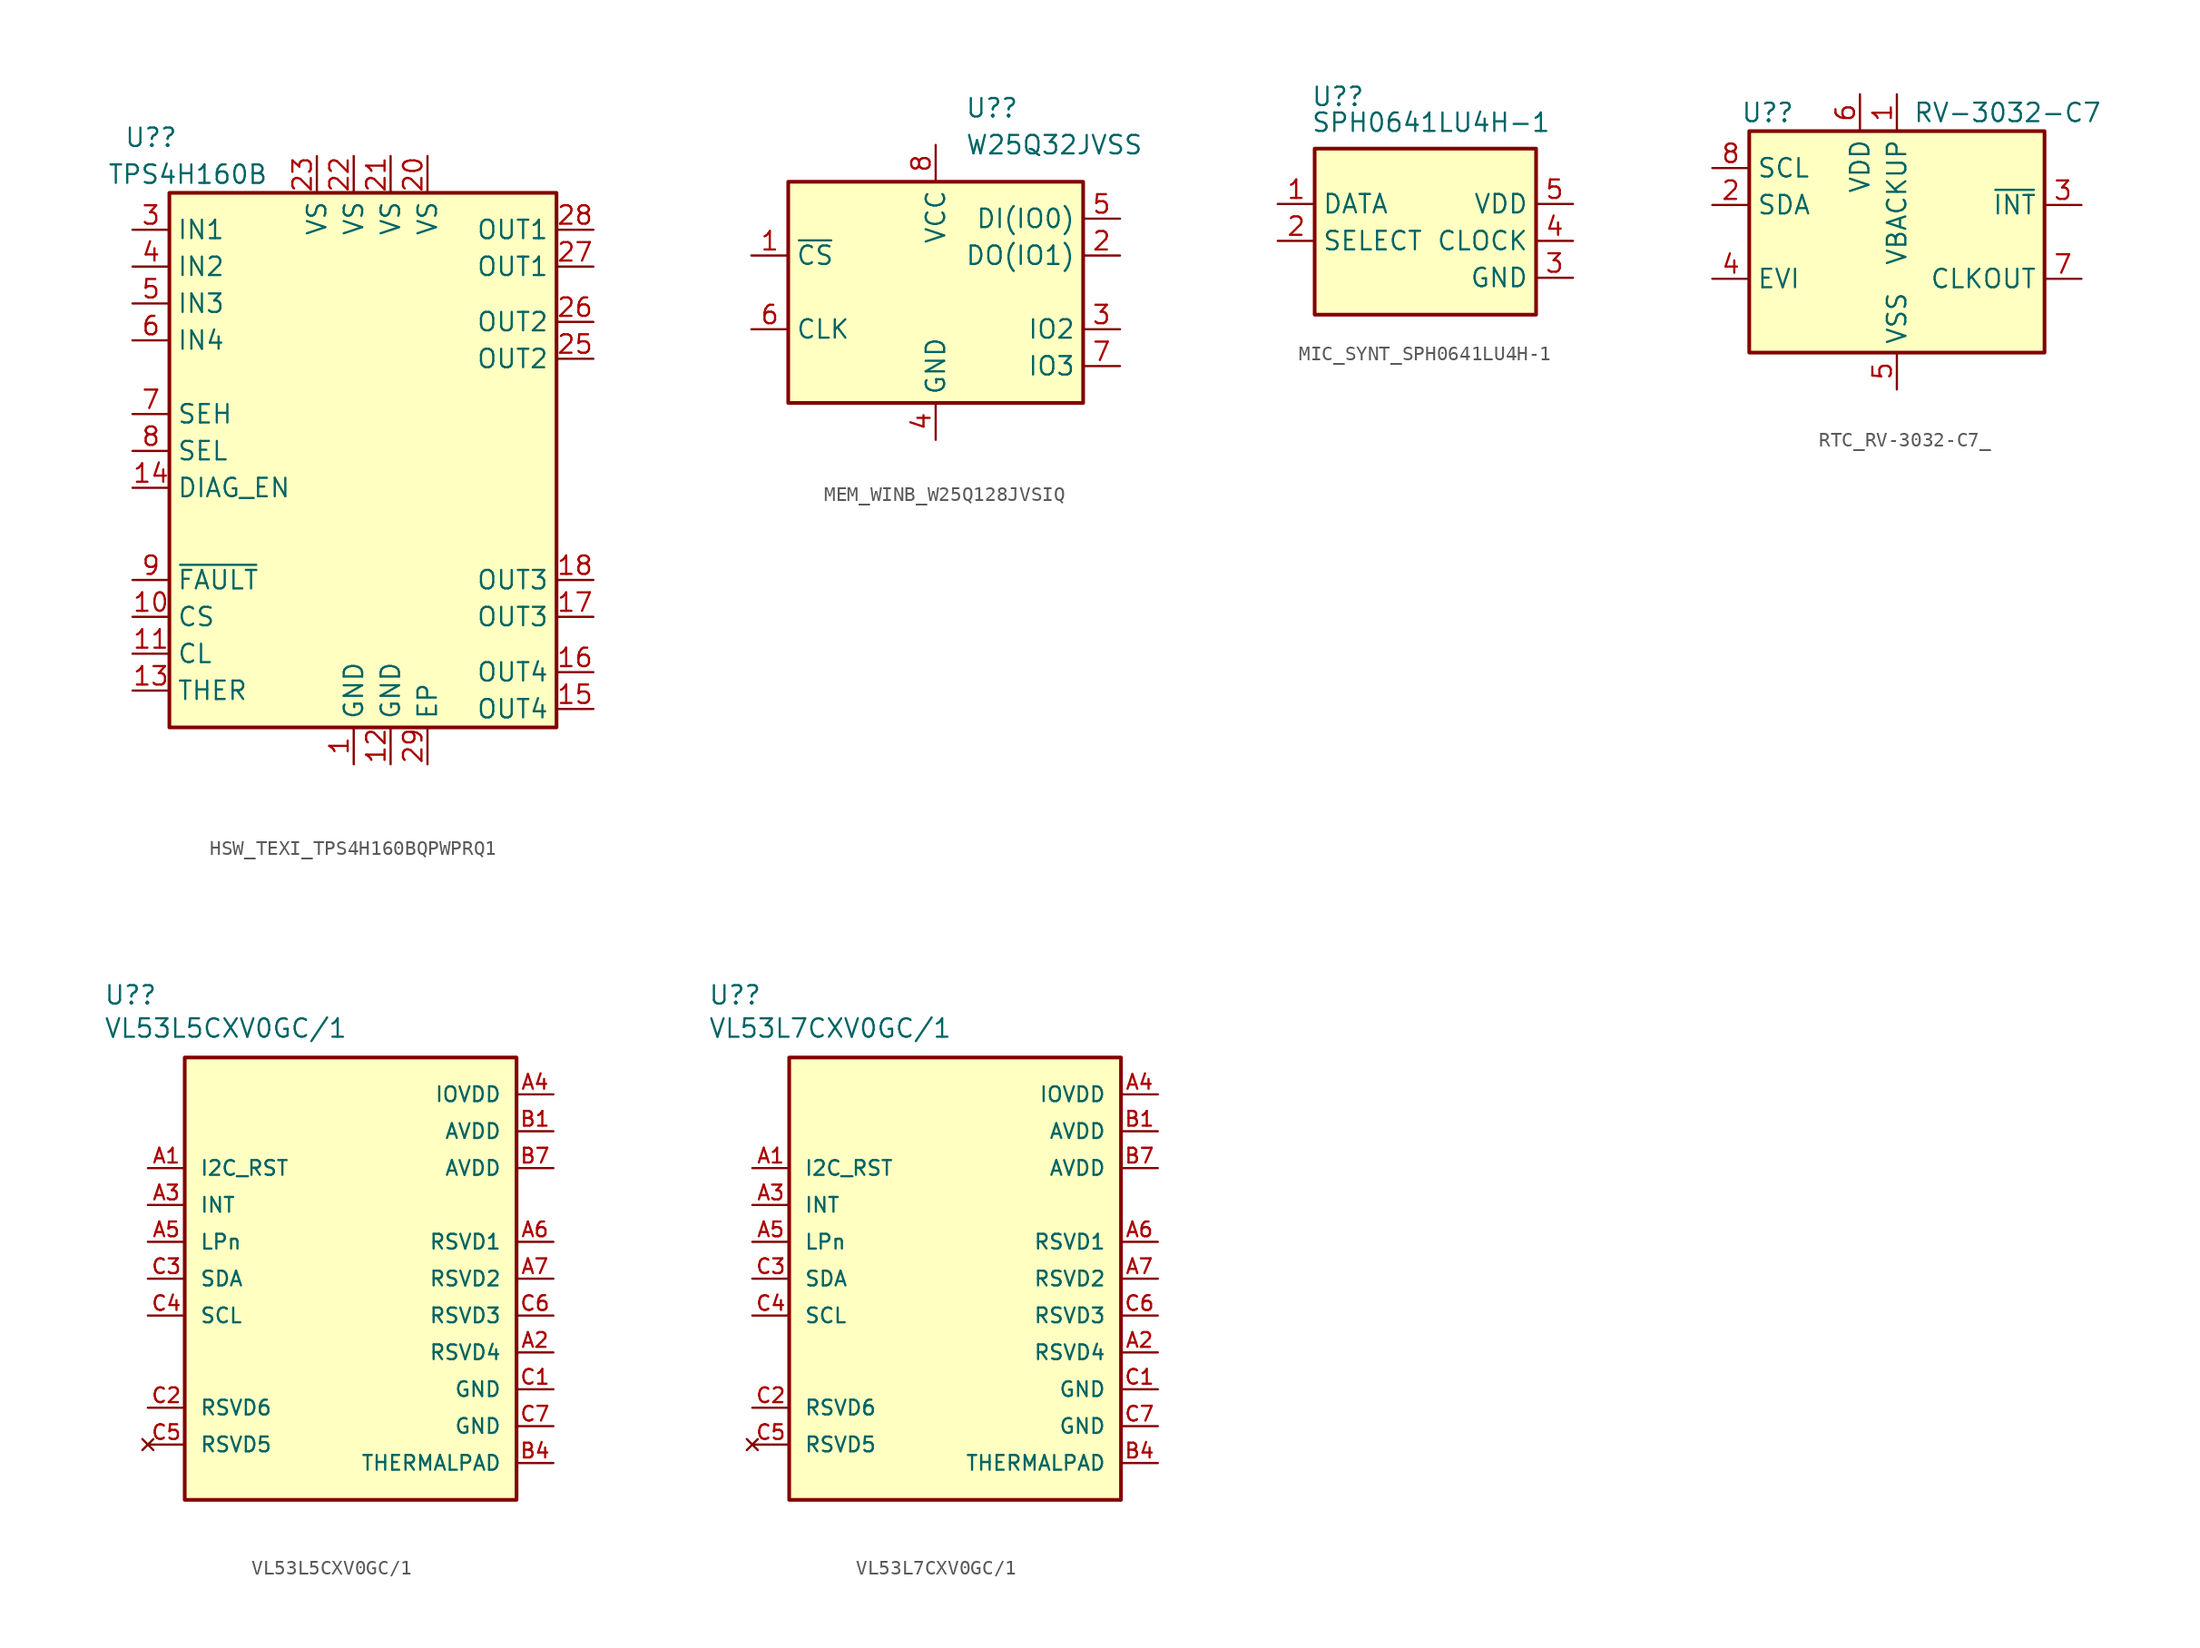
<source format=kicad_sym>
(kicad_symbol_lib
  (version 20231120)
  (generator "kicad_symbol_editor")
  (generator_version "8.0")
  (symbol "HSW_TEXI_TPS4H160BQPWPRQ1"
    (property "Reference" "U?"
      (at -15.24 22.86 0)
      (effects (font (size 1.27 1.27))))
    (property "Value" "TPS4H160B"
      (at -12.7 20.32 0)
      (effects (font (size 1.27 1.27))))
    (symbol "HSW_TEXI_TPS4H160BQPWPRQ1_0_1"
      (rectangle (start -13.97 19.05) (end 12.7 -17.78) (stroke (width 0.254) (type default)) (fill (type background))))
    (symbol "HSW_TEXI_TPS4H160BQPWPRQ1_1_0"
      (pin power_in line (at 1.27 -20.32 90) (length 2.54) (name "GND" (effects (font (size 1.27 1.27)))) (number "12" (effects (font (size 1.27 1.27)))))
      (pin input line (at -16.51 -15.24 0) (length 2.54) (name "THER" (effects (font (size 1.27 1.27)))) (number "13" (effects (font (size 1.27 1.27)))))
      (pin input line (at -16.51 -1.27 0) (length 2.54) (name "DIAG_EN" (effects (font (size 1.27 1.27)))) (number "14" (effects (font (size 1.27 1.27)))))
      (pin power_in line (at 3.81 -20.32 90) (length 2.54) (name "EP" (effects (font (size 1.27 1.27)))) (number "29" (effects (font (size 1.27 1.27))))))
    (symbol "HSW_TEXI_TPS4H160BQPWPRQ1_1_1"
      (pin power_in line (at -1.27 -20.32 90) (length 2.54) (name "GND" (effects (font (size 1.27 1.27)))) (number "1" (effects (font (size 1.27 1.27)))))
      (pin output line (at -16.51 -10.16 0) (length 2.54) (name "CS" (effects (font (size 1.27 1.27)))) (number "10" (effects (font (size 1.27 1.27)))))
      (pin bidirectional line (at -16.51 -12.7 0) (length 2.54) (name "CL" (effects (font (size 1.27 1.27)))) (number "11" (effects (font (size 1.27 1.27)))))
      (pin power_out line (at 15.24 -16.51 180) (length 2.54) (name "OUT4" (effects (font (size 1.27 1.27)))) (number "15" (effects (font (size 1.27 1.27)))))
      (pin power_out line (at 15.24 -13.97 180) (length 2.54) (name "OUT4" (effects (font (size 1.27 1.27)))) (number "16" (effects (font (size 1.27 1.27)))))
      (pin power_out line (at 15.24 -10.16 180) (length 2.54) (name "OUT3" (effects (font (size 1.27 1.27)))) (number "17" (effects (font (size 1.27 1.27)))))
      (pin power_out line (at 15.24 -7.62 180) (length 2.54) (name "OUT3" (effects (font (size 1.27 1.27)))) (number "18" (effects (font (size 1.27 1.27)))))
      (pin no_connect line (at 15.24 -5.08 180) (length 2.54) hide (name "NC" (effects (font (size 1.27 1.27)))) (number "19" (effects (font (size 1.27 1.27)))))
      (pin no_connect line (at -16.51 6.35 0) (length 2.54) hide (name "NC" (effects (font (size 1.27 1.27)))) (number "2" (effects (font (size 1.27 1.27)))))
      (pin power_in line (at 3.81 21.59 270) (length 2.54) (name "VS" (effects (font (size 1.27 1.27)))) (number "20" (effects (font (size 1.27 1.27)))))
      (pin power_in line (at 1.27 21.59 270) (length 2.54) (name "VS" (effects (font (size 1.27 1.27)))) (number "21" (effects (font (size 1.27 1.27)))))
      (pin power_in line (at -1.27 21.59 270) (length 2.54) (name "VS" (effects (font (size 1.27 1.27)))) (number "22" (effects (font (size 1.27 1.27)))))
      (pin power_in line (at -3.81 21.59 270) (length 2.54) (name "VS" (effects (font (size 1.27 1.27)))) (number "23" (effects (font (size 1.27 1.27)))))
      (pin no_connect line (at 15.24 5.08 180) (length 2.54) hide (name "NC" (effects (font (size 1.27 1.27)))) (number "24" (effects (font (size 1.27 1.27)))))
      (pin power_out line (at 15.24 7.62 180) (length 2.54) (name "OUT2" (effects (font (size 1.27 1.27)))) (number "25" (effects (font (size 1.27 1.27)))))
      (pin power_out line (at 15.24 10.16 180) (length 2.54) (name "OUT2" (effects (font (size 1.27 1.27)))) (number "26" (effects (font (size 1.27 1.27)))))
      (pin power_out line (at 15.24 13.97 180) (length 2.54) (name "OUT1" (effects (font (size 1.27 1.27)))) (number "27" (effects (font (size 1.27 1.27)))))
      (pin power_out line (at 15.24 16.51 180) (length 2.54) (name "OUT1" (effects (font (size 1.27 1.27)))) (number "28" (effects (font (size 1.27 1.27)))))
      (pin input line (at -16.51 16.51 0) (length 2.54) (name "IN1" (effects (font (size 1.27 1.27)))) (number "3" (effects (font (size 1.27 1.27)))))
      (pin input line (at -16.51 13.97 0) (length 2.54) (name "IN2" (effects (font (size 1.27 1.27)))) (number "4" (effects (font (size 1.27 1.27)))))
      (pin input line (at -16.51 11.43 0) (length 2.54) (name "IN3" (effects (font (size 1.27 1.27)))) (number "5" (effects (font (size 1.27 1.27)))))
      (pin input line (at -16.51 8.89 0) (length 2.54) (name "IN4" (effects (font (size 1.27 1.27)))) (number "6" (effects (font (size 1.27 1.27)))))
      (pin input line (at -16.51 3.81 0) (length 2.54) (name "SEH" (effects (font (size 1.27 1.27)))) (number "7" (effects (font (size 1.27 1.27)))))
      (pin input line (at -16.51 1.27 0) (length 2.54) (name "SEL" (effects (font (size 1.27 1.27)))) (number "8" (effects (font (size 1.27 1.27)))))
      (pin output line (at -16.51 -7.62 0) (length 2.54) (name "~{FAULT}" (effects (font (size 1.27 1.27)))) (number "9" (effects (font (size 1.27 1.27)))))))
  (symbol "MEM_WINB_W25Q128JVSIQ"
    (property "Reference" "U?"
      (at 2.019 12.7 0)
      (effects (font (size 1.27 1.27)) (justify left)))
    (property "Value" "W25Q32JVSS"
      (at 2.019 10.16 0)
      (effects (font (size 1.27 1.27)) (justify left)))
    (symbol "MEM_WINB_W25Q128JVSIQ_0_1"
      (rectangle (start -10.16 7.62) (end 10.16 -7.62) (stroke (width 0.254) (type default)) (fill (type background))))
    (symbol "MEM_WINB_W25Q128JVSIQ_1_1"
      (pin input line (at -12.7 2.54 0) (length 2.54) (name "~{CS}" (effects (font (size 1.27 1.27)))) (number "1" (effects (font (size 1.27 1.27)))))
      (pin bidirectional line (at 12.7 2.54 180) (length 2.54) (name "DO(IO1)" (effects (font (size 1.27 1.27)))) (number "2" (effects (font (size 1.27 1.27)))))
      (pin bidirectional line (at 12.7 -2.54 180) (length 2.54) (name "IO2" (effects (font (size 1.27 1.27)))) (number "3" (effects (font (size 1.27 1.27)))))
      (pin power_in line (at 0 -10.16 90) (length 2.54) (name "GND" (effects (font (size 1.27 1.27)))) (number "4" (effects (font (size 1.27 1.27)))))
      (pin bidirectional line (at 12.7 5.08 180) (length 2.54) (name "DI(IO0)" (effects (font (size 1.27 1.27)))) (number "5" (effects (font (size 1.27 1.27)))))
      (pin input line (at -12.7 -2.54 0) (length 2.54) (name "CLK" (effects (font (size 1.27 1.27)))) (number "6" (effects (font (size 1.27 1.27)))))
      (pin bidirectional line (at 12.7 -5.08 180) (length 2.54) (name "IO3" (effects (font (size 1.27 1.27)))) (number "7" (effects (font (size 1.27 1.27)))))
      (pin power_in line (at 0 10.16 270) (length 2.54) (name "VCC" (effects (font (size 1.27 1.27)))) (number "8" (effects (font (size 1.27 1.27)))))))
  (symbol "MIC_SYNT_SPH0641LU4H-1"
    (property "Reference" "U?"
      (at -7.874 10.668 0)
      (effects (font (size 1.27 1.27)) (justify left top)))
    (property "Value" "SPH0641LU4H-1"
      (at -7.874 8.89 0)
      (effects (font (size 1.27 1.27)) (justify left top)))
    (symbol "MIC_SYNT_SPH0641LU4H-1_1_1"
      (rectangle (start -7.62 6.35) (end 7.62 -5.08) (stroke (width 0.254) (type default)) (fill (type background)))
      (pin output line (at -10.16 2.54 0) (length 2.54) (name "DATA" (effects (font (size 1.27 1.27)))) (number "1" (effects (font (size 1.27 1.27)))))
      (pin input line (at -10.16 0 0) (length 2.54) (name "SELECT" (effects (font (size 1.27 1.27)))) (number "2" (effects (font (size 1.27 1.27)))))
      (pin power_in line (at 10.16 -2.54 180) (length 2.54) (name "GND" (effects (font (size 1.27 1.27)))) (number "3" (effects (font (size 1.27 1.27)))))
      (pin bidirectional line (at 10.16 0 180) (length 2.54) (name "CLOCK" (effects (font (size 1.27 1.27)))) (number "4" (effects (font (size 1.27 1.27)))))
      (pin power_in line (at 10.16 2.54 180) (length 2.54) (name "VDD" (effects (font (size 1.27 1.27)))) (number "5" (effects (font (size 1.27 1.27)))))))
  (symbol "RTC_RV-3032-C7_"
    (property "Reference" "U?"
      (at -8.89 8.89 0)
      (effects (font (size 1.27 1.27))))
    (property "Value" "RV-3032-C7"
      (at 7.62 8.89 0)
      (effects (font (size 1.27 1.27))))
    (symbol "RTC_RV-3032-C7__0_1"
      (rectangle (start -10.16 7.62) (end 10.16 -7.62) (stroke (width 0.254) (type default)) (fill (type background))))
    (symbol "RTC_RV-3032-C7__1_1"
      (pin power_in line (at 0 10.16 270) (length 2.54) (name "VBACKUP" (effects (font (size 1.27 1.27)))) (number "1" (effects (font (size 1.27 1.27)))))
      (pin bidirectional line (at -12.7 2.54 0) (length 2.54) (name "SDA" (effects (font (size 1.27 1.27)))) (number "2" (effects (font (size 1.27 1.27)))))
      (pin open_collector line (at 12.7 2.54 180) (length 2.54) (name "~{INT}" (effects (font (size 1.27 1.27)))) (number "3" (effects (font (size 1.27 1.27)))))
      (pin input line (at -12.7 -2.54 0) (length 2.54) (name "EVI" (effects (font (size 1.27 1.27)))) (number "4" (effects (font (size 1.27 1.27)))))
      (pin power_in line (at 0 -10.16 90) (length 2.54) (name "VSS" (effects (font (size 1.27 1.27)))) (number "5" (effects (font (size 1.27 1.27)))))
      (pin power_in line (at -2.54 10.16 270) (length 2.54) (name "VDD" (effects (font (size 1.27 1.27)))) (number "6" (effects (font (size 1.27 1.27)))))
      (pin output line (at 12.7 -2.54 180) (length 2.54) (name "CLKOUT" (effects (font (size 1.27 1.27)))) (number "7" (effects (font (size 1.27 1.27)))))
      (pin input line (at -12.7 5.08 0) (length 2.54) (name "SCL" (effects (font (size 1.27 1.27)))) (number "8" (effects (font (size 1.27 1.27)))))))
  (symbol "VL53L5CXV0GC/1"
    (pin_names
      (offset 1.016))
    (property "Reference" "U?"
      (at -17.018 18.796 0)
      (effects (font (size 1.27 1.27)) (justify left bottom)))
    (property "Value" "VL53L5CXV0GC/1"
      (at -17.018 16.51 0)
      (effects (font (size 1.27 1.27)) (justify left bottom)))
    (symbol "VL53L5CXV0GC/1_0_0"
      (rectangle (start -11.43 15.24) (end 11.43 -15.24) (stroke (width 0.254) (type default)) (fill (type background))))
    (symbol "VL53L5CXV0GC/1_1_0"
      (pin input line (at -13.97 7.62 0) (length 2.54) (name "I2C_RST" (effects (font (size 1.016 1.016)))) (number "A1" (effects (font (size 1.016 1.016)))))
      (pin power_in line (at 13.97 -5.08 180) (length 2.54) (name "RSVD4" (effects (font (size 1.016 1.016)))) (number "A2" (effects (font (size 1.016 1.016)))))
      (pin bidirectional line (at -13.97 5.08 0) (length 2.54) (name "INT" (effects (font (size 1.016 1.016)))) (number "A3" (effects (font (size 1.016 1.016)))))
      (pin power_in line (at 13.97 12.7 180) (length 2.54) (name "IOVDD" (effects (font (size 1.016 1.016)))) (number "A4" (effects (font (size 1.016 1.016)))))
      (pin input line (at -13.97 2.54 0) (length 2.54) (name "LPn" (effects (font (size 1.016 1.016)))) (number "A5" (effects (font (size 1.016 1.016)))))
      (pin power_in line (at 13.97 2.54 180) (length 2.54) (name "RSVD1" (effects (font (size 1.016 1.016)))) (number "A6" (effects (font (size 1.016 1.016)))))
      (pin power_in line (at 13.97 0 180) (length 2.54) (name "RSVD2" (effects (font (size 1.016 1.016)))) (number "A7" (effects (font (size 1.016 1.016)))))
      (pin power_in line (at 13.97 10.16 180) (length 2.54) (name "AVDD" (effects (font (size 1.016 1.016)))) (number "B1" (effects (font (size 1.016 1.016)))))
      (pin power_in line (at 13.97 -12.7 180) (length 2.54) (name "THERMALPAD" (effects (font (size 1.016 1.016)))) (number "B4" (effects (font (size 1.016 1.016)))))
      (pin power_in line (at 13.97 7.62 180) (length 2.54) (name "AVDD" (effects (font (size 1.016 1.016)))) (number "B7" (effects (font (size 1.016 1.016)))))
      (pin power_in line (at 13.97 -7.62 180) (length 2.54) (name "GND" (effects (font (size 1.016 1.016)))) (number "C1" (effects (font (size 1.016 1.016)))))
      (pin bidirectional line (at -13.97 -8.89 0) (length 2.54) (name "RSVD6" (effects (font (size 1.016 1.016)))) (number "C2" (effects (font (size 1.016 1.016)))))
      (pin bidirectional line (at -13.97 0 0) (length 2.54) (name "SDA" (effects (font (size 1.016 1.016)))) (number "C3" (effects (font (size 1.016 1.016)))))
      (pin input line (at -13.97 -2.54 0) (length 2.54) (name "SCL" (effects (font (size 1.016 1.016)))) (number "C4" (effects (font (size 1.016 1.016)))))
      (pin no_connect line (at -13.97 -11.43 0) (length 2.54) (name "RSVD5" (effects (font (size 1.016 1.016)))) (number "C5" (effects (font (size 1.016 1.016)))))
      (pin power_in line (at 13.97 -2.54 180) (length 2.54) (name "RSVD3" (effects (font (size 1.016 1.016)))) (number "C6" (effects (font (size 1.016 1.016)))))
      (pin power_in line (at 13.97 -10.16 180) (length 2.54) (name "GND" (effects (font (size 1.016 1.016)))) (number "C7" (effects (font (size 1.016 1.016)))))))
  (symbol "VL53L7CXV0GC/1"
    (pin_names
      (offset 1.016))
    (property "Reference" "U?"
      (at -17.018 18.796 0)
      (effects (font (size 1.27 1.27)) (justify left bottom)))
    (property "Value" "VL53L7CXV0GC/1"
      (at -17.018 16.51 0)
      (effects (font (size 1.27 1.27)) (justify left bottom)))
    (symbol "VL53L7CXV0GC/1_0_0"
      (rectangle (start -11.43 15.24) (end 11.43 -15.24) (stroke (width 0.254) (type default)) (fill (type background))))
    (symbol "VL53L7CXV0GC/1_1_0"
      (pin input line (at -13.97 7.62 0) (length 2.54) (name "I2C_RST" (effects (font (size 1.016 1.016)))) (number "A1" (effects (font (size 1.016 1.016)))))
      (pin power_in line (at 13.97 -5.08 180) (length 2.54) (name "RSVD4" (effects (font (size 1.016 1.016)))) (number "A2" (effects (font (size 1.016 1.016)))))
      (pin bidirectional line (at -13.97 5.08 0) (length 2.54) (name "INT" (effects (font (size 1.016 1.016)))) (number "A3" (effects (font (size 1.016 1.016)))))
      (pin power_in line (at 13.97 12.7 180) (length 2.54) (name "IOVDD" (effects (font (size 1.016 1.016)))) (number "A4" (effects (font (size 1.016 1.016)))))
      (pin input line (at -13.97 2.54 0) (length 2.54) (name "LPn" (effects (font (size 1.016 1.016)))) (number "A5" (effects (font (size 1.016 1.016)))))
      (pin power_in line (at 13.97 2.54 180) (length 2.54) (name "RSVD1" (effects (font (size 1.016 1.016)))) (number "A6" (effects (font (size 1.016 1.016)))))
      (pin power_in line (at 13.97 0 180) (length 2.54) (name "RSVD2" (effects (font (size 1.016 1.016)))) (number "A7" (effects (font (size 1.016 1.016)))))
      (pin power_in line (at 13.97 10.16 180) (length 2.54) (name "AVDD" (effects (font (size 1.016 1.016)))) (number "B1" (effects (font (size 1.016 1.016)))))
      (pin power_in line (at 13.97 -12.7 180) (length 2.54) (name "THERMALPAD" (effects (font (size 1.016 1.016)))) (number "B4" (effects (font (size 1.016 1.016)))))
      (pin power_in line (at 13.97 7.62 180) (length 2.54) (name "AVDD" (effects (font (size 1.016 1.016)))) (number "B7" (effects (font (size 1.016 1.016)))))
      (pin power_in line (at 13.97 -7.62 180) (length 2.54) (name "GND" (effects (font (size 1.016 1.016)))) (number "C1" (effects (font (size 1.016 1.016)))))
      (pin bidirectional line (at -13.97 -8.89 0) (length 2.54) (name "RSVD6" (effects (font (size 1.016 1.016)))) (number "C2" (effects (font (size 1.016 1.016)))))
      (pin bidirectional line (at -13.97 0 0) (length 2.54) (name "SDA" (effects (font (size 1.016 1.016)))) (number "C3" (effects (font (size 1.016 1.016)))))
      (pin input line (at -13.97 -2.54 0) (length 2.54) (name "SCL" (effects (font (size 1.016 1.016)))) (number "C4" (effects (font (size 1.016 1.016)))))
      (pin no_connect line (at -13.97 -11.43 0) (length 2.54) (name "RSVD5" (effects (font (size 1.016 1.016)))) (number "C5" (effects (font (size 1.016 1.016)))))
      (pin power_in line (at 13.97 -2.54 180) (length 2.54) (name "RSVD3" (effects (font (size 1.016 1.016)))) (number "C6" (effects (font (size 1.016 1.016)))))
      (pin power_in line (at 13.97 -10.16 180) (length 2.54) (name "GND" (effects (font (size 1.016 1.016)))) (number "C7" (effects (font (size 1.016 1.016))))))))
</source>
